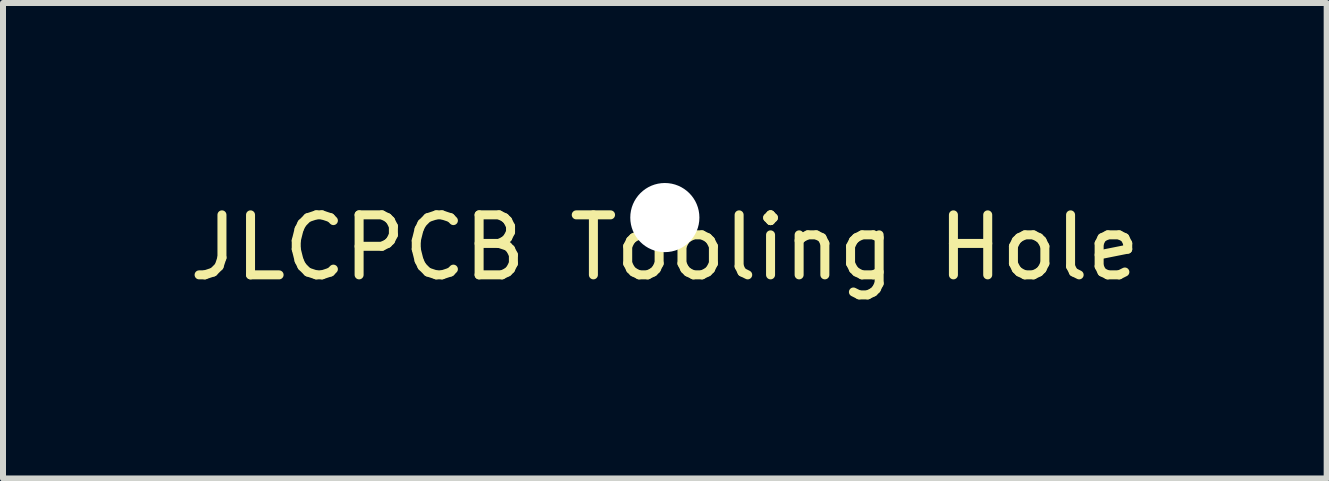
<source format=kicad_pcb>
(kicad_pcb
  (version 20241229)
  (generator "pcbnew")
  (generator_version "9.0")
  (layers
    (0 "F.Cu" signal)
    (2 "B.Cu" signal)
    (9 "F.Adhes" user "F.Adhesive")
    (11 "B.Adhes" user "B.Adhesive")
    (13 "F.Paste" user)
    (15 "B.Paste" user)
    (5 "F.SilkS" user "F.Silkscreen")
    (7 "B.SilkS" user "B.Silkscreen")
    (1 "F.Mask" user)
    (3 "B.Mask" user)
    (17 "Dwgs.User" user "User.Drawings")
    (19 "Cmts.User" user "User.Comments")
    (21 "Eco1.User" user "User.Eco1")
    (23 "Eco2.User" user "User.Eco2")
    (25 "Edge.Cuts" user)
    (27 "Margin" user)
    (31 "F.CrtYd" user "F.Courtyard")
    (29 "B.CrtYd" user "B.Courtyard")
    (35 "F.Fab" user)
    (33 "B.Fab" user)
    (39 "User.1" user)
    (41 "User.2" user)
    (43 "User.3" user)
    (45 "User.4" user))
  (footprint "JLCPCB Tooling Hole"
    (layer "F.Cu")
    (at 8.03 0.576)
    (property "Reference" "JLCPCB Tooling Hole" (at 0 0.5 0) (layer "F.SilkS") (effects (font (size 1 1) (thickness 0.15))))
    (attr through_hole)
    (pad "" np_thru_hole circle (at 0 0) (size 1.152 1.152) (drill 1.152) (layers "*.Cu" "*.Mask")))
  (gr_rect
    (start -3 -3)
    (end 19.06 4.924)
    (stroke (width 0.1) (type default))
    (fill no)
    (layer "Edge.Cuts")))
</source>
